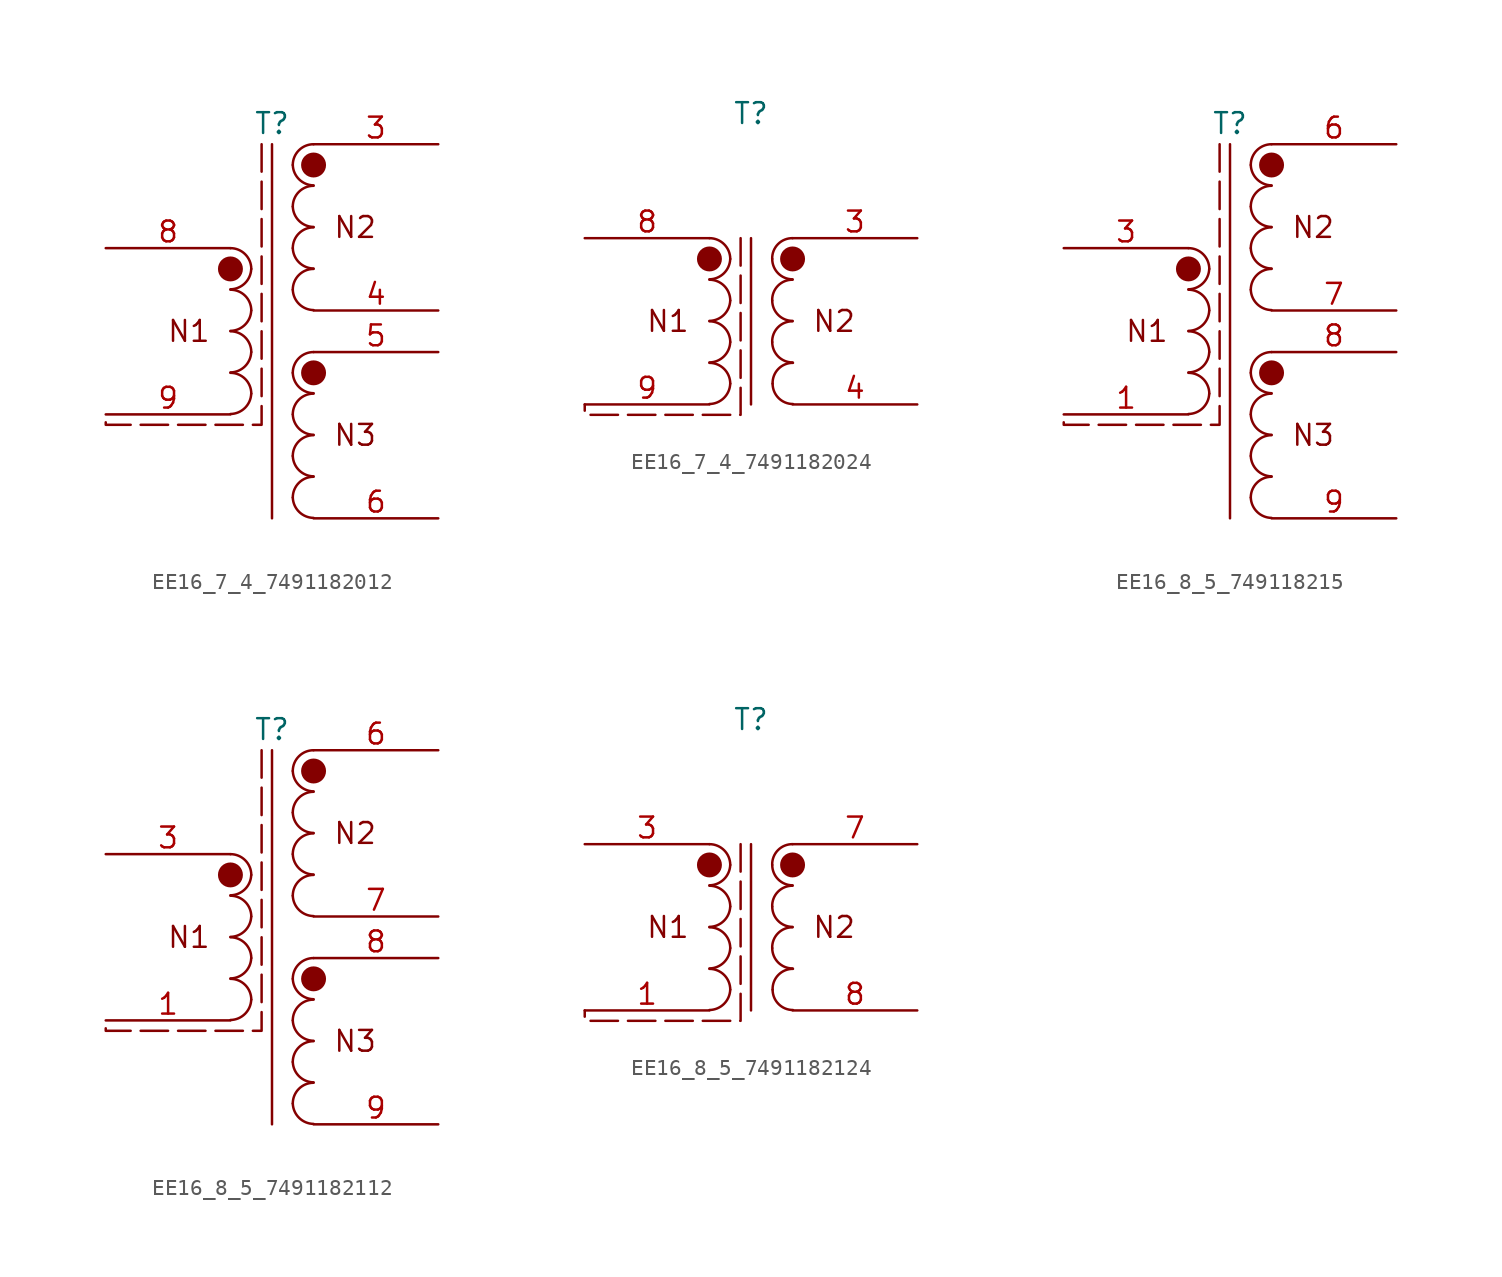
<source format=kicad_sym>
(kicad_symbol_lib
  (version 20220914)
  (generator kicad_symbol_editor)
  (symbol "EE16_7_4_7491182012"
    (pin_names hide)
    (property "Reference" "T"
      (at 0 12.7 0)
      (effects (font (size 1.27 1.27))))
    (property "Critical Parameter" ""
      (at 0 -5.08 0)
      (effects (font (size 1.27 1.27)) (justify left)))
    (symbol "EE16_7_4_7491182012_0_1"
      (arc (start -2.54 -5.0546) (mid -1.6561 -4.6863) (end -1.27 -3.81) (stroke (width 0) (type default)) (fill (type none)))
      (arc (start -2.54 -2.5146) (mid -1.6561 -2.1463) (end -1.27 -1.27) (stroke (width 0) (type default)) (fill (type none)))
      (arc (start -2.54 0.0254) (mid -1.6561 0.3937) (end -1.27 1.27) (stroke (width 0) (type default)) (fill (type none)))
      (arc (start -2.54 2.5654) (mid -1.6561 2.9337) (end -1.27 3.81) (stroke (width 0) (type default)) (fill (type none)))
      (arc (start -1.27 -3.81) (mid -1.642 -2.912) (end -2.54 -2.54) (stroke (width 0) (type default)) (fill (type none)))
      (arc (start -1.27 -1.27) (mid -1.642 -0.372) (end -2.54 0) (stroke (width 0) (type default)) (fill (type none)))
      (arc (start -1.27 1.27) (mid -1.642 2.168) (end -2.54 2.54) (stroke (width 0) (type default)) (fill (type none)))
      (arc (start -1.27 3.81) (mid -1.642 4.708) (end -2.54 5.08) (stroke (width 0) (type default)) (fill (type none)))
      (polyline (pts (xy 0 -11.43) (xy 0 11.43)) (stroke (width 0) (type default)) (fill (type none)))
      (arc (start 1.27 -10.16) (mid 1.6561 -11.0363) (end 2.54 -11.4046) (stroke (width 0) (type default)) (fill (type none)))
      (arc (start 1.27 -7.62) (mid 1.6561 -8.4963) (end 2.54 -8.8646) (stroke (width 0) (type default)) (fill (type none)))
      (arc (start 1.27 -5.08) (mid 1.6561 -5.9563) (end 2.54 -6.3246) (stroke (width 0) (type default)) (fill (type none)))
      (arc (start 1.27 -2.54) (mid 1.6561 -3.4163) (end 2.54 -3.7846) (stroke (width 0) (type default)) (fill (type none)))
      (arc (start 1.27 2.54) (mid 1.6561 1.6637) (end 2.54 1.2954) (stroke (width 0) (type default)) (fill (type none)))
      (arc (start 1.27 5.08) (mid 1.6561 4.2037) (end 2.54 3.8354) (stroke (width 0) (type default)) (fill (type none)))
      (arc (start 1.27 7.62) (mid 1.6561 6.7437) (end 2.54 6.3754) (stroke (width 0) (type default)) (fill (type none)))
      (arc (start 1.27 10.16) (mid 1.6561 9.2837) (end 2.54 8.9154) (stroke (width 0) (type default)) (fill (type none)))
      (arc (start 2.54 -8.89) (mid 1.642 -9.262) (end 1.27 -10.16) (stroke (width 0) (type default)) (fill (type none)))
      (arc (start 2.54 -6.35) (mid 1.642 -6.722) (end 1.27 -7.62) (stroke (width 0) (type default)) (fill (type none)))
      (arc (start 2.54 -3.81) (mid 1.642 -4.182) (end 1.27 -5.08) (stroke (width 0) (type default)) (fill (type none)))
      (arc (start 2.54 -1.27) (mid 1.642 -1.642) (end 1.27 -2.54) (stroke (width 0) (type default)) (fill (type none)))
      (arc (start 2.54 3.81) (mid 1.642 3.438) (end 1.27 2.54) (stroke (width 0) (type default)) (fill (type none)))
      (arc (start 2.54 6.35) (mid 1.642 5.978) (end 1.27 5.08) (stroke (width 0) (type default)) (fill (type none)))
      (arc (start 2.54 8.89) (mid 1.642 8.518) (end 1.27 7.62) (stroke (width 0) (type default)) (fill (type none)))
      (arc (start 2.54 11.43) (mid 1.642 11.058) (end 1.27 10.16) (stroke (width 0) (type default)) (fill (type none))))
    (symbol "EE16_7_4_7491182012_1_1"
      (circle (center -2.54 3.81) (radius 0.0001) (stroke (width 0.762) (type default)) (fill (type none)))
      (polyline (pts (xy -0.635 11.43) (xy -0.635 -5.715) (xy -10.16 -5.715) (xy -10.16 -5.08)) (stroke (width 0) (type dash)) (fill (type none)))
      (circle (center 2.54 -2.54) (radius 0.0001) (stroke (width 0.762) (type default)) (fill (type none)))
      (circle (center 2.54 10.16) (radius 0.0001) (stroke (width 0.762) (type default)) (fill (type none)))
      (text "N1" (at -5.08 0 0) (effects (font (size 1.27 1.27))))
      (text "N2" (at 5.08 6.35 0) (effects (font (size 1.27 1.27))))
      (text "N3" (at 5.08 -6.35 0) (effects (font (size 1.27 1.27))))
      (pin passive line (at 10.16 11.43 180) (length 7.62) (name "3" (effects (font (size 1.27 1.27)))) (number "3" (effects (font (size 1.27 1.27)))))
      (pin passive line (at 10.16 1.27 180) (length 7.62) (name "4" (effects (font (size 1.27 1.27)))) (number "4" (effects (font (size 1.27 1.27)))))
      (pin passive line (at 10.16 -1.27 180) (length 7.62) (name "5" (effects (font (size 1.27 1.27)))) (number "5" (effects (font (size 1.27 1.27)))))
      (pin passive line (at 10.16 -11.43 180) (length 7.62) (name "6" (effects (font (size 1.27 1.27)))) (number "6" (effects (font (size 1.27 1.27)))))
      (pin passive line (at -10.16 5.08 0) (length 7.62) (name "8" (effects (font (size 1.27 1.27)))) (number "8" (effects (font (size 1.27 1.27)))))
      (pin passive line (at -10.16 -5.08 0) (length 7.62) (name "9" (effects (font (size 1.27 1.27)))) (number "9" (effects (font (size 1.27 1.27)))))))
  (symbol "EE16_7_4_7491182024"
    (pin_names hide)
    (property "Reference" "T"
      (at 0 12.7 0)
      (effects (font (size 1.27 1.27))))
    (property "Critical Parameter" ""
      (at 0 -5.08 0)
      (effects (font (size 1.27 1.27)) (justify left)))
    (symbol "EE16_7_4_7491182024_0_1"
      (arc (start -2.54 -5.0546) (mid -1.6599 -4.6901) (end -1.27 -3.81) (stroke (width 0) (type default)) (fill (type none)))
      (arc (start -2.54 -2.5146) (mid -1.6599 -2.1501) (end -1.27 -1.27) (stroke (width 0) (type default)) (fill (type none)))
      (arc (start -2.54 0.0254) (mid -1.6599 0.3899) (end -1.27 1.27) (stroke (width 0) (type default)) (fill (type none)))
      (arc (start -2.54 2.5654) (mid -1.6599 2.9299) (end -1.27 3.81) (stroke (width 0) (type default)) (fill (type none)))
      (arc (start -1.27 -3.81) (mid -1.642 -2.912) (end -2.54 -2.54) (stroke (width 0) (type default)) (fill (type none)))
      (arc (start -1.27 -1.27) (mid -1.642 -0.372) (end -2.54 0) (stroke (width 0) (type default)) (fill (type none)))
      (arc (start -1.27 1.27) (mid -1.642 2.168) (end -2.54 2.54) (stroke (width 0) (type default)) (fill (type none)))
      (arc (start -1.27 3.81) (mid -1.642 4.708) (end -2.54 5.08) (stroke (width 0) (type default)) (fill (type none)))
      (polyline (pts (xy 0 5.08) (xy 0 -5.08)) (stroke (width 0) (type default)) (fill (type none)))
      (arc (start 1.2954 -1.27) (mid 1.6599 -2.1501) (end 2.54 -2.5146) (stroke (width 0) (type default)) (fill (type none)))
      (arc (start 1.2954 1.27) (mid 1.6599 0.3899) (end 2.54 0.0254) (stroke (width 0) (type default)) (fill (type none)))
      (arc (start 1.2954 3.81) (mid 1.6599 2.9299) (end 2.54 2.5654) (stroke (width 0) (type default)) (fill (type none)))
      (arc (start 1.3208 -3.81) (mid 1.6853 -4.6901) (end 2.5654 -5.0546) (stroke (width 0) (type default)) (fill (type none)))
      (arc (start 2.54 0) (mid 1.642 -0.372) (end 1.2954 -1.27) (stroke (width 0) (type default)) (fill (type none)))
      (arc (start 2.54 2.54) (mid 1.642 2.168) (end 1.2954 1.27) (stroke (width 0) (type default)) (fill (type none)))
      (arc (start 2.54 5.08) (mid 1.642 4.708) (end 1.2954 3.81) (stroke (width 0) (type default)) (fill (type none)))
      (arc (start 2.5654 -2.54) (mid 1.6674 -2.912) (end 1.3208 -3.81) (stroke (width 0) (type default)) (fill (type none))))
    (symbol "EE16_7_4_7491182024_1_1"
      (circle (center -2.54 3.81) (radius 0.0001) (stroke (width 0.762) (type default)) (fill (type none)))
      (polyline (pts (xy -0.635 5.08) (xy -0.635 -5.715) (xy -10.16 -5.715) (xy -10.16 -5.08)) (stroke (width 0) (type dash)) (fill (type none)))
      (circle (center 2.54 3.81) (radius 0.0001) (stroke (width 0.762) (type default)) (fill (type none)))
      (text "N1" (at -5.08 0 0) (effects (font (size 1.27 1.27))))
      (text "N2" (at 5.08 0 0) (effects (font (size 1.27 1.27))))
      (pin passive line (at 10.16 5.08 180) (length 7.62) (name "3" (effects (font (size 1.27 1.27)))) (number "3" (effects (font (size 1.27 1.27)))))
      (pin passive line (at 10.16 -5.08 180) (length 7.62) (name "4" (effects (font (size 1.27 1.27)))) (number "4" (effects (font (size 1.27 1.27)))))
      (pin passive line (at -10.16 5.08 0) (length 7.62) (name "8" (effects (font (size 1.27 1.27)))) (number "8" (effects (font (size 1.27 1.27)))))
      (pin passive line (at -10.16 -5.08 0) (length 7.62) (name "9" (effects (font (size 1.27 1.27)))) (number "9" (effects (font (size 1.27 1.27)))))))
  (symbol "EE16_8_5_749118215"
    (pin_names hide)
    (property "Reference" "T"
      (at 0 12.7 0)
      (effects (font (size 1.27 1.27))))
    (property "Critical Parameter" ""
      (at 0 -5.08 0)
      (effects (font (size 1.27 1.27)) (justify left)))
    (symbol "EE16_8_5_749118215_0_1"
      (arc (start -2.54 -5.0546) (mid -1.6561 -4.6863) (end -1.27 -3.81) (stroke (width 0) (type default)) (fill (type none)))
      (arc (start -2.54 -2.5146) (mid -1.6561 -2.1463) (end -1.27 -1.27) (stroke (width 0) (type default)) (fill (type none)))
      (arc (start -2.54 0.0254) (mid -1.6561 0.3937) (end -1.27 1.27) (stroke (width 0) (type default)) (fill (type none)))
      (arc (start -2.54 2.5654) (mid -1.6561 2.9337) (end -1.27 3.81) (stroke (width 0) (type default)) (fill (type none)))
      (arc (start -1.27 -3.81) (mid -1.642 -2.912) (end -2.54 -2.54) (stroke (width 0) (type default)) (fill (type none)))
      (arc (start -1.27 -1.27) (mid -1.642 -0.372) (end -2.54 0) (stroke (width 0) (type default)) (fill (type none)))
      (arc (start -1.27 1.27) (mid -1.642 2.168) (end -2.54 2.54) (stroke (width 0) (type default)) (fill (type none)))
      (arc (start -1.27 3.81) (mid -1.642 4.708) (end -2.54 5.08) (stroke (width 0) (type default)) (fill (type none)))
      (polyline (pts (xy 0 -11.43) (xy 0 11.43)) (stroke (width 0) (type default)) (fill (type none)))
      (arc (start 1.27 -10.16) (mid 1.6561 -11.0363) (end 2.54 -11.4046) (stroke (width 0) (type default)) (fill (type none)))
      (arc (start 1.27 -7.62) (mid 1.6561 -8.4963) (end 2.54 -8.8646) (stroke (width 0) (type default)) (fill (type none)))
      (arc (start 1.27 -5.08) (mid 1.6561 -5.9563) (end 2.54 -6.3246) (stroke (width 0) (type default)) (fill (type none)))
      (arc (start 1.27 -2.54) (mid 1.6561 -3.4163) (end 2.54 -3.7846) (stroke (width 0) (type default)) (fill (type none)))
      (arc (start 1.27 2.54) (mid 1.6561 1.6637) (end 2.54 1.2954) (stroke (width 0) (type default)) (fill (type none)))
      (arc (start 1.27 5.08) (mid 1.6561 4.2037) (end 2.54 3.8354) (stroke (width 0) (type default)) (fill (type none)))
      (arc (start 1.27 7.62) (mid 1.6561 6.7437) (end 2.54 6.3754) (stroke (width 0) (type default)) (fill (type none)))
      (arc (start 1.27 10.16) (mid 1.6561 9.2837) (end 2.54 8.9154) (stroke (width 0) (type default)) (fill (type none)))
      (arc (start 2.54 -8.89) (mid 1.642 -9.262) (end 1.27 -10.16) (stroke (width 0) (type default)) (fill (type none)))
      (arc (start 2.54 -6.35) (mid 1.642 -6.722) (end 1.27 -7.62) (stroke (width 0) (type default)) (fill (type none)))
      (arc (start 2.54 -3.81) (mid 1.642 -4.182) (end 1.27 -5.08) (stroke (width 0) (type default)) (fill (type none)))
      (arc (start 2.54 -1.27) (mid 1.642 -1.642) (end 1.27 -2.54) (stroke (width 0) (type default)) (fill (type none)))
      (arc (start 2.54 3.81) (mid 1.642 3.438) (end 1.27 2.54) (stroke (width 0) (type default)) (fill (type none)))
      (arc (start 2.54 6.35) (mid 1.642 5.978) (end 1.27 5.08) (stroke (width 0) (type default)) (fill (type none)))
      (arc (start 2.54 8.89) (mid 1.642 8.518) (end 1.27 7.62) (stroke (width 0) (type default)) (fill (type none)))
      (arc (start 2.54 11.43) (mid 1.642 11.058) (end 1.27 10.16) (stroke (width 0) (type default)) (fill (type none))))
    (symbol "EE16_8_5_749118215_1_1"
      (circle (center -2.54 3.81) (radius 0.0001) (stroke (width 0.762) (type default)) (fill (type none)))
      (polyline (pts (xy -0.635 11.43) (xy -0.635 -5.715) (xy -10.16 -5.715) (xy -10.16 -5.08)) (stroke (width 0) (type dash)) (fill (type none)))
      (circle (center 2.54 -2.54) (radius 0.0001) (stroke (width 0.762) (type default)) (fill (type none)))
      (circle (center 2.54 10.16) (radius 0.0001) (stroke (width 0.762) (type default)) (fill (type none)))
      (text "N1" (at -5.08 0 0) (effects (font (size 1.27 1.27))))
      (text "N2" (at 5.08 6.35 0) (effects (font (size 1.27 1.27))))
      (text "N3" (at 5.08 -6.35 0) (effects (font (size 1.27 1.27))))
      (pin passive line (at -10.16 -5.08 0) (length 7.62) (name "1" (effects (font (size 1.27 1.27)))) (number "1" (effects (font (size 1.27 1.27)))))
      (pin passive line (at -10.16 5.08 0) (length 7.62) (name "3" (effects (font (size 1.27 1.27)))) (number "3" (effects (font (size 1.27 1.27)))))
      (pin passive line (at 10.16 11.43 180) (length 7.62) (name "6" (effects (font (size 1.27 1.27)))) (number "6" (effects (font (size 1.27 1.27)))))
      (pin passive line (at 10.16 1.27 180) (length 7.62) (name "7" (effects (font (size 1.27 1.27)))) (number "7" (effects (font (size 1.27 1.27)))))
      (pin passive line (at 10.16 -1.27 180) (length 7.62) (name "8" (effects (font (size 1.27 1.27)))) (number "8" (effects (font (size 1.27 1.27)))))
      (pin passive line (at 10.16 -11.43 180) (length 7.62) (name "9" (effects (font (size 1.27 1.27)))) (number "9" (effects (font (size 1.27 1.27)))))))
  (symbol "EE16_8_5_7491182112"
    (pin_names hide)
    (property "Reference" "T"
      (at 0 12.7 0)
      (effects (font (size 1.27 1.27))))
    (property "Critical Parameter" ""
      (at 0 -5.08 0)
      (effects (font (size 1.27 1.27)) (justify left)))
    (symbol "EE16_8_5_7491182112_0_1"
      (arc (start -2.54 -5.0546) (mid -1.6561 -4.6863) (end -1.27 -3.81) (stroke (width 0) (type default)) (fill (type none)))
      (arc (start -2.54 -2.5146) (mid -1.6561 -2.1463) (end -1.27 -1.27) (stroke (width 0) (type default)) (fill (type none)))
      (arc (start -2.54 0.0254) (mid -1.6561 0.3937) (end -1.27 1.27) (stroke (width 0) (type default)) (fill (type none)))
      (arc (start -2.54 2.5654) (mid -1.6561 2.9337) (end -1.27 3.81) (stroke (width 0) (type default)) (fill (type none)))
      (arc (start -1.27 -3.81) (mid -1.642 -2.912) (end -2.54 -2.54) (stroke (width 0) (type default)) (fill (type none)))
      (arc (start -1.27 -1.27) (mid -1.642 -0.372) (end -2.54 0) (stroke (width 0) (type default)) (fill (type none)))
      (arc (start -1.27 1.27) (mid -1.642 2.168) (end -2.54 2.54) (stroke (width 0) (type default)) (fill (type none)))
      (arc (start -1.27 3.81) (mid -1.642 4.708) (end -2.54 5.08) (stroke (width 0) (type default)) (fill (type none)))
      (polyline (pts (xy 0 -11.43) (xy 0 11.43)) (stroke (width 0) (type default)) (fill (type none)))
      (arc (start 1.27 -10.16) (mid 1.6561 -11.0363) (end 2.54 -11.4046) (stroke (width 0) (type default)) (fill (type none)))
      (arc (start 1.27 -7.62) (mid 1.6561 -8.4963) (end 2.54 -8.8646) (stroke (width 0) (type default)) (fill (type none)))
      (arc (start 1.27 -5.08) (mid 1.6561 -5.9563) (end 2.54 -6.3246) (stroke (width 0) (type default)) (fill (type none)))
      (arc (start 1.27 -2.54) (mid 1.6561 -3.4163) (end 2.54 -3.7846) (stroke (width 0) (type default)) (fill (type none)))
      (arc (start 1.27 2.54) (mid 1.6561 1.6637) (end 2.54 1.2954) (stroke (width 0) (type default)) (fill (type none)))
      (arc (start 1.27 5.08) (mid 1.6561 4.2037) (end 2.54 3.8354) (stroke (width 0) (type default)) (fill (type none)))
      (arc (start 1.27 7.62) (mid 1.6561 6.7437) (end 2.54 6.3754) (stroke (width 0) (type default)) (fill (type none)))
      (arc (start 1.27 10.16) (mid 1.6561 9.2837) (end 2.54 8.9154) (stroke (width 0) (type default)) (fill (type none)))
      (arc (start 2.54 -8.89) (mid 1.642 -9.262) (end 1.27 -10.16) (stroke (width 0) (type default)) (fill (type none)))
      (arc (start 2.54 -6.35) (mid 1.642 -6.722) (end 1.27 -7.62) (stroke (width 0) (type default)) (fill (type none)))
      (arc (start 2.54 -3.81) (mid 1.642 -4.182) (end 1.27 -5.08) (stroke (width 0) (type default)) (fill (type none)))
      (arc (start 2.54 -1.27) (mid 1.642 -1.642) (end 1.27 -2.54) (stroke (width 0) (type default)) (fill (type none)))
      (arc (start 2.54 3.81) (mid 1.642 3.438) (end 1.27 2.54) (stroke (width 0) (type default)) (fill (type none)))
      (arc (start 2.54 6.35) (mid 1.642 5.978) (end 1.27 5.08) (stroke (width 0) (type default)) (fill (type none)))
      (arc (start 2.54 8.89) (mid 1.642 8.518) (end 1.27 7.62) (stroke (width 0) (type default)) (fill (type none)))
      (arc (start 2.54 11.43) (mid 1.642 11.058) (end 1.27 10.16) (stroke (width 0) (type default)) (fill (type none))))
    (symbol "EE16_8_5_7491182112_1_1"
      (circle (center -2.54 3.81) (radius 0.0001) (stroke (width 0.762) (type default)) (fill (type none)))
      (polyline (pts (xy -0.635 11.43) (xy -0.635 -5.715) (xy -10.16 -5.715) (xy -10.16 -5.08)) (stroke (width 0) (type dash)) (fill (type none)))
      (circle (center 2.54 -2.54) (radius 0.0001) (stroke (width 0.762) (type default)) (fill (type none)))
      (circle (center 2.54 10.16) (radius 0.0001) (stroke (width 0.762) (type default)) (fill (type none)))
      (text "N1" (at -5.08 0 0) (effects (font (size 1.27 1.27))))
      (text "N2" (at 5.08 6.35 0) (effects (font (size 1.27 1.27))))
      (text "N3" (at 5.08 -6.35 0) (effects (font (size 1.27 1.27))))
      (pin passive line (at -10.16 -5.08 0) (length 7.62) (name "1" (effects (font (size 1.27 1.27)))) (number "1" (effects (font (size 1.27 1.27)))))
      (pin passive line (at -10.16 5.08 0) (length 7.62) (name "3" (effects (font (size 1.27 1.27)))) (number "3" (effects (font (size 1.27 1.27)))))
      (pin passive line (at 10.16 11.43 180) (length 7.62) (name "6" (effects (font (size 1.27 1.27)))) (number "6" (effects (font (size 1.27 1.27)))))
      (pin passive line (at 10.16 1.27 180) (length 7.62) (name "7" (effects (font (size 1.27 1.27)))) (number "7" (effects (font (size 1.27 1.27)))))
      (pin passive line (at 10.16 -1.27 180) (length 7.62) (name "8" (effects (font (size 1.27 1.27)))) (number "8" (effects (font (size 1.27 1.27)))))
      (pin passive line (at 10.16 -11.43 180) (length 7.62) (name "9" (effects (font (size 1.27 1.27)))) (number "9" (effects (font (size 1.27 1.27)))))))
  (symbol "EE16_8_5_7491182124"
    (pin_names hide)
    (property "Reference" "T"
      (at 0 12.7 0)
      (effects (font (size 1.27 1.27))))
    (property "Critical Parameter" ""
      (at 0 -5.08 0)
      (effects (font (size 1.27 1.27)) (justify left)))
    (symbol "EE16_8_5_7491182124_0_1"
      (arc (start -2.54 -5.0546) (mid -1.6599 -4.6901) (end -1.27 -3.81) (stroke (width 0) (type default)) (fill (type none)))
      (arc (start -2.54 -2.5146) (mid -1.6599 -2.1501) (end -1.27 -1.27) (stroke (width 0) (type default)) (fill (type none)))
      (arc (start -2.54 0.0254) (mid -1.6599 0.3899) (end -1.27 1.27) (stroke (width 0) (type default)) (fill (type none)))
      (arc (start -2.54 2.5654) (mid -1.6599 2.9299) (end -1.27 3.81) (stroke (width 0) (type default)) (fill (type none)))
      (arc (start -1.27 -3.81) (mid -1.642 -2.912) (end -2.54 -2.54) (stroke (width 0) (type default)) (fill (type none)))
      (arc (start -1.27 -1.27) (mid -1.642 -0.372) (end -2.54 0) (stroke (width 0) (type default)) (fill (type none)))
      (arc (start -1.27 1.27) (mid -1.642 2.168) (end -2.54 2.54) (stroke (width 0) (type default)) (fill (type none)))
      (arc (start -1.27 3.81) (mid -1.642 4.708) (end -2.54 5.08) (stroke (width 0) (type default)) (fill (type none)))
      (polyline (pts (xy 0 5.08) (xy 0 -5.08)) (stroke (width 0) (type default)) (fill (type none)))
      (arc (start 1.2954 -1.27) (mid 1.6599 -2.1501) (end 2.54 -2.5146) (stroke (width 0) (type default)) (fill (type none)))
      (arc (start 1.2954 1.27) (mid 1.6599 0.3899) (end 2.54 0.0254) (stroke (width 0) (type default)) (fill (type none)))
      (arc (start 1.2954 3.81) (mid 1.6599 2.9299) (end 2.54 2.5654) (stroke (width 0) (type default)) (fill (type none)))
      (arc (start 1.3208 -3.81) (mid 1.6853 -4.6901) (end 2.5654 -5.0546) (stroke (width 0) (type default)) (fill (type none)))
      (arc (start 2.54 0) (mid 1.642 -0.372) (end 1.2954 -1.27) (stroke (width 0) (type default)) (fill (type none)))
      (arc (start 2.54 2.54) (mid 1.642 2.168) (end 1.2954 1.27) (stroke (width 0) (type default)) (fill (type none)))
      (arc (start 2.54 5.08) (mid 1.642 4.708) (end 1.2954 3.81) (stroke (width 0) (type default)) (fill (type none)))
      (arc (start 2.5654 -2.54) (mid 1.6674 -2.912) (end 1.3208 -3.81) (stroke (width 0) (type default)) (fill (type none))))
    (symbol "EE16_8_5_7491182124_1_1"
      (circle (center -2.54 3.81) (radius 0.0001) (stroke (width 0.762) (type default)) (fill (type none)))
      (polyline (pts (xy -0.635 5.08) (xy -0.635 -5.715) (xy -10.16 -5.715) (xy -10.16 -5.08)) (stroke (width 0) (type dash)) (fill (type none)))
      (circle (center 2.54 3.81) (radius 0.0001) (stroke (width 0.762) (type default)) (fill (type none)))
      (text "N1" (at -5.08 0 0) (effects (font (size 1.27 1.27))))
      (text "N2" (at 5.08 0 0) (effects (font (size 1.27 1.27))))
      (pin passive line (at -10.16 -5.08 0) (length 7.62) (name "1" (effects (font (size 1.27 1.27)))) (number "1" (effects (font (size 1.27 1.27)))))
      (pin passive line (at -10.16 5.08 0) (length 7.62) (name "3" (effects (font (size 1.27 1.27)))) (number "3" (effects (font (size 1.27 1.27)))))
      (pin passive line (at 10.16 5.08 180) (length 7.62) (name "7" (effects (font (size 1.27 1.27)))) (number "7" (effects (font (size 1.27 1.27)))))
      (pin passive line (at 10.16 -5.08 180) (length 7.62) (name "8" (effects (font (size 1.27 1.27)))) (number "8" (effects (font (size 1.27 1.27))))))))
</source>
